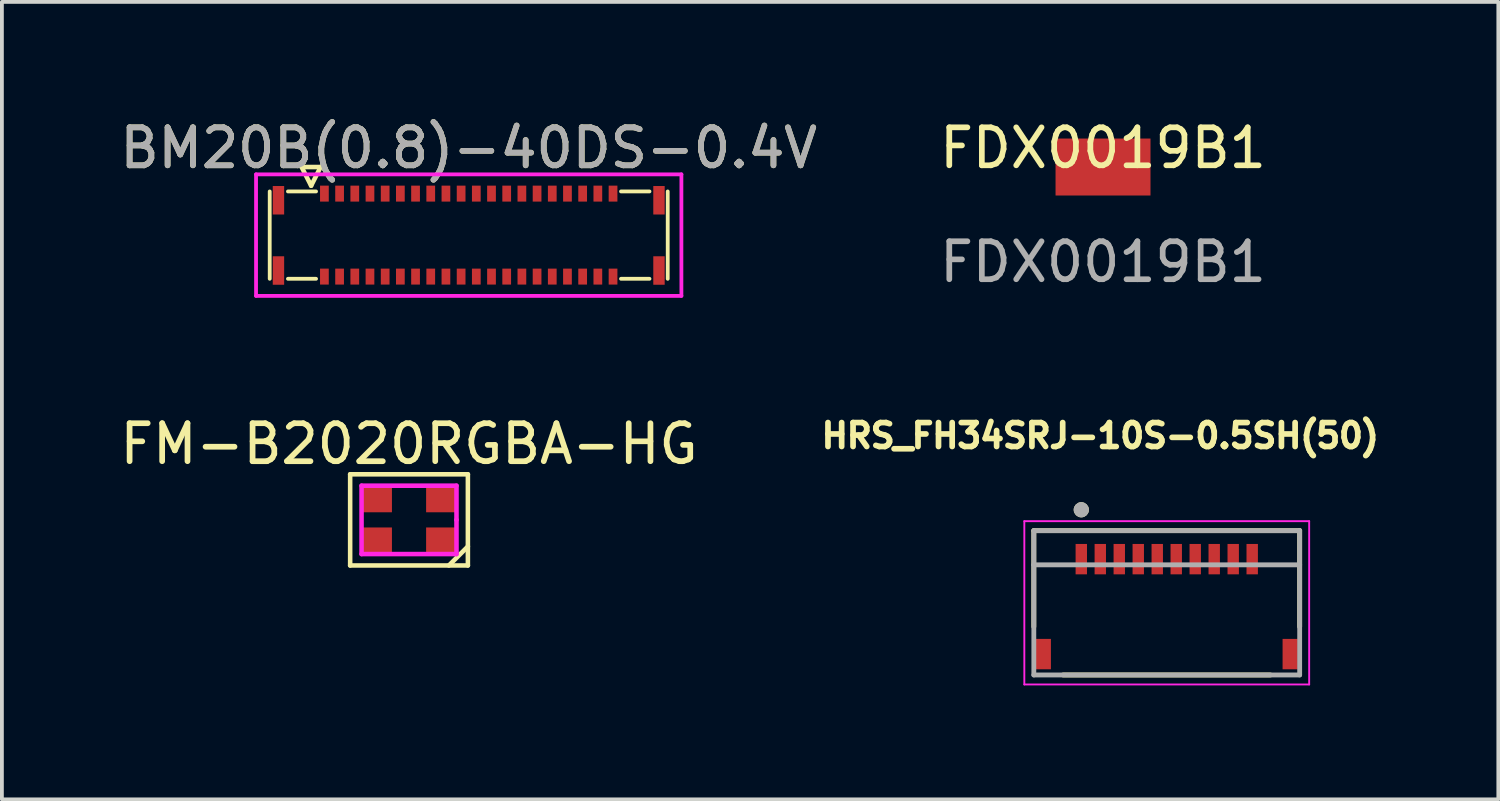
<source format=kicad_pcb>
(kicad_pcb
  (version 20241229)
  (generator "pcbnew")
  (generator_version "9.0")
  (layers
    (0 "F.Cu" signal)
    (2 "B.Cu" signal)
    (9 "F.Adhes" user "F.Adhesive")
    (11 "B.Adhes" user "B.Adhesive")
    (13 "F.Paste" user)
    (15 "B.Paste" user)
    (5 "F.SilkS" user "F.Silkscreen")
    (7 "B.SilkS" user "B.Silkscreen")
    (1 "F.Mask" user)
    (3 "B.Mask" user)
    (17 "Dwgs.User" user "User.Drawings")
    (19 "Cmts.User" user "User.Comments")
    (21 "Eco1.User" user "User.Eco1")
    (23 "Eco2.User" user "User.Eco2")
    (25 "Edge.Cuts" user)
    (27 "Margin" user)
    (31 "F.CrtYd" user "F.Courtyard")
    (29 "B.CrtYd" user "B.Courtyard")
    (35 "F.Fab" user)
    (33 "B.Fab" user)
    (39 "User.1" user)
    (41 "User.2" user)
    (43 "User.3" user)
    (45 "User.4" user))
  (footprint "HRS_FH34SRJ-10S-0.5SH(50)"
    (layer "F.Cu")
    (at 27.672 12.823)
    (property "Reference" "HRS_FH34SRJ-10S-0.5SH(50)" (at -1.75 -4.4 0) (layer "F.SilkS") (effects (font (size 0.63 0.63) (thickness 0.15))))
    (attr through_hole)
    (fp_poly (pts (xy -2.05 -1.6) (xy -2.45 -1.6) (xy -2.45 -0.7) (xy -2.05 -0.7)) (stroke (width 0.01) (type solid)) (fill yes) (layer "F.Mask"))
    (fp_poly (pts (xy -1.55 -1.6) (xy -1.95 -1.6) (xy -1.95 -0.7) (xy -1.55 -0.7)) (stroke (width 0.01) (type solid)) (fill yes) (layer "F.Mask"))
    (fp_poly (pts (xy -1.05 -1.6) (xy -1.45 -1.6) (xy -1.45 -0.7) (xy -1.05 -0.7)) (stroke (width 0.01) (type solid)) (fill yes) (layer "F.Mask"))
    (fp_poly (pts (xy -0.55 -1.6) (xy -0.95 -1.6) (xy -0.95 -0.7) (xy -0.55 -0.7)) (stroke (width 0.01) (type solid)) (fill yes) (layer "F.Mask"))
    (fp_poly (pts (xy -0.05 -1.6) (xy -0.45 -1.6) (xy -0.45 -0.7) (xy -0.05 -0.7)) (stroke (width 0.01) (type solid)) (fill yes) (layer "F.Mask"))
    (fp_poly (pts (xy 0.45 -1.6) (xy 0.05 -1.6) (xy 0.05 -0.7) (xy 0.45 -0.7)) (stroke (width 0.01) (type solid)) (fill yes) (layer "F.Mask"))
    (fp_poly (pts (xy 0.95 -1.6) (xy 0.55 -1.6) (xy 0.55 -0.7) (xy 0.95 -0.7)) (stroke (width 0.01) (type solid)) (fill yes) (layer "F.Mask"))
    (fp_poly (pts (xy 1.45 -1.6) (xy 1.05 -1.6) (xy 1.05 -0.7) (xy 1.45 -0.7)) (stroke (width 0.01) (type solid)) (fill yes) (layer "F.Mask"))
    (fp_poly (pts (xy 1.95 -1.6) (xy 1.55 -1.6) (xy 1.55 -0.7) (xy 1.95 -0.7)) (stroke (width 0.01) (type solid)) (fill yes) (layer "F.Mask"))
    (fp_poly (pts (xy 2.45 -1.6) (xy 2.05 -1.6) (xy 2.05 -0.7) (xy 2.45 -0.7)) (stroke (width 0.01) (type solid)) (fill yes) (layer "F.Mask"))
    (fp_line (start -3.5 -1.9) (end -3.5 0.63) (stroke (width 0.127) (type solid)) (layer "F.SilkS"))
    (fp_line (start -2.73 1.9) (end 2.73 1.9) (stroke (width 0.127) (type solid)) (layer "F.SilkS"))
    (fp_line (start 3.5 -1.9) (end -3.5 -1.9) (stroke (width 0.127) (type solid)) (layer "F.SilkS"))
    (fp_line (start 3.5 0.63) (end 3.5 -1.9) (stroke (width 0.127) (type solid)) (layer "F.SilkS"))
    (fp_circle (center -2.25 -2.45) (end -2.35 -2.45) (stroke (width 0.2) (type solid)) (fill no) (layer "F.SilkS"))
    (fp_poly (pts (xy -2.125 -1.55) (xy -2.375 -1.55) (xy -2.375 -0.9) (xy -2.125 -0.9)) (stroke (width 0.01) (type solid)) (fill yes) (layer "F.Paste"))
    (fp_poly (pts (xy -1.625 -1.55) (xy -1.875 -1.55) (xy -1.875 -0.9) (xy -1.625 -0.9)) (stroke (width 0.01) (type solid)) (fill yes) (layer "F.Paste"))
    (fp_poly (pts (xy -1.125 -1.55) (xy -1.375 -1.55) (xy -1.375 -0.9) (xy -1.125 -0.9)) (stroke (width 0.01) (type solid)) (fill yes) (layer "F.Paste"))
    (fp_poly (pts (xy -0.625 -1.55) (xy -0.875 -1.55) (xy -0.875 -0.9) (xy -0.625 -0.9)) (stroke (width 0.01) (type solid)) (fill yes) (layer "F.Paste"))
    (fp_poly (pts (xy -0.125 -1.55) (xy -0.375 -1.55) (xy -0.375 -0.9) (xy -0.125 -0.9)) (stroke (width 0.01) (type solid)) (fill yes) (layer "F.Paste"))
    (fp_poly (pts (xy 0.375 -1.55) (xy 0.125 -1.55) (xy 0.125 -0.9) (xy 0.375 -0.9)) (stroke (width 0.01) (type solid)) (fill yes) (layer "F.Paste"))
    (fp_poly (pts (xy 0.875 -1.55) (xy 0.625 -1.55) (xy 0.625 -0.9) (xy 0.875 -0.9)) (stroke (width 0.01) (type solid)) (fill yes) (layer "F.Paste"))
    (fp_poly (pts (xy 1.375 -1.55) (xy 1.125 -1.55) (xy 1.125 -0.9) (xy 1.375 -0.9)) (stroke (width 0.01) (type solid)) (fill yes) (layer "F.Paste"))
    (fp_poly (pts (xy 1.875 -1.55) (xy 1.625 -1.55) (xy 1.625 -0.9) (xy 1.875 -0.9)) (stroke (width 0.01) (type solid)) (fill yes) (layer "F.Paste"))
    (fp_poly (pts (xy 2.375 -1.55) (xy 2.125 -1.55) (xy 2.125 -0.9) (xy 2.375 -0.9)) (stroke (width 0.01) (type solid)) (fill yes) (layer "F.Paste"))
    (fp_line (start -3.75 -2.15) (end -3.75 2.15) (stroke (width 0.05) (type solid)) (layer "F.CrtYd"))
    (fp_line (start -3.75 2.15) (end 3.75 2.15) (stroke (width 0.05) (type solid)) (layer "F.CrtYd"))
    (fp_line (start 3.75 -2.15) (end -3.75 -2.15) (stroke (width 0.05) (type solid)) (layer "F.CrtYd"))
    (fp_line (start 3.75 2.15) (end 3.75 -2.15) (stroke (width 0.05) (type solid)) (layer "F.CrtYd"))
    (fp_line (start -3.5 -1.9) (end 3.5 -1.9) (stroke (width 0.127) (type solid)) (layer "F.Fab"))
    (fp_line (start -3.5 -1) (end -3.5 -1.9) (stroke (width 0.127) (type solid)) (layer "F.Fab"))
    (fp_line (start -3.5 -1) (end -3.5 1.9) (stroke (width 0.127) (type solid)) (layer "F.Fab"))
    (fp_line (start -3.5 -1) (end 3.5 -1) (stroke (width 0.127) (type solid)) (layer "F.Fab"))
    (fp_line (start -3.5 1.9) (end 3.5 1.9) (stroke (width 0.127) (type solid)) (layer "F.Fab"))
    (fp_line (start 3.5 -1.9) (end 3.5 -1) (stroke (width 0.127) (type solid)) (layer "F.Fab"))
    (fp_line (start 3.5 1.9) (end 3.5 -1) (stroke (width 0.127) (type solid)) (layer "F.Fab"))
    (fp_circle (center -2.25 -2.45) (end -2.15 -2.45) (stroke (width 0.2) (type solid)) (fill no) (layer "F.Fab"))
    (pad "1" smd rect (at -2.25 -1.15) (size 0.3 0.8) (layers "F.Cu"))
    (pad "2" smd rect (at -1.75 -1.15) (size 0.3 0.8) (layers "F.Cu"))
    (pad "3" smd rect (at -1.25 -1.15) (size 0.3 0.8) (layers "F.Cu"))
    (pad "4" smd rect (at -0.75 -1.15) (size 0.3 0.8) (layers "F.Cu"))
    (pad "5" smd rect (at -0.25 -1.15) (size 0.3 0.8) (layers "F.Cu"))
    (pad "6" smd rect (at 0.25 -1.15) (size 0.3 0.8) (layers "F.Cu"))
    (pad "7" smd rect (at 0.75 -1.15) (size 0.3 0.8) (layers "F.Cu"))
    (pad "8" smd rect (at 1.25 -1.15) (size 0.3 0.8) (layers "F.Cu"))
    (pad "9" smd rect (at 1.75 -1.15) (size 0.3 0.8) (layers "F.Cu"))
    (pad "10" smd rect (at 2.25 -1.15) (size 0.3 0.8) (layers "F.Cu"))
    (pad "S1" smd rect (at 3.25 1.35) (size 0.4 0.8) (layers "F.Cu" "F.Mask" "F.Paste"))
    (pad "S2" smd rect (at -3.25 1.35) (size 0.4 0.8) (layers "F.Cu" "F.Mask" "F.Paste")))
  (footprint "BM20B(0.8)-40DS-0.4V"
    (layer "F.Cu")
    (at 9.292 3.148)
    (property "Reference" "BM20B(0.8)-40DS-0.4V" (at 0 -2.3 0) (unlocked yes) (layer "F.SilkS") (effects (font (size 1 1) (thickness 0.15))))
    (attr smd)
    (fp_line (start -5.24 -1.157) (end -5.24 1.143) (stroke (width 0.1) (type solid)) (layer "F.SilkS"))
    (fp_line (start -4.76 -1.157) (end -4.02 -1.157) (stroke (width 0.1) (type solid)) (layer "F.SilkS"))
    (fp_line (start -4.76 1.143) (end -4.02 1.143) (stroke (width 0.1) (type solid)) (layer "F.SilkS"))
    (fp_line (start -4.15 -1.308) (end -4.4 -1.8) (stroke (width 0.12) (type solid)) (layer "F.SilkS"))
    (fp_line (start -4.15 -1.308) (end -3.9 -1.8) (stroke (width 0.12) (type solid)) (layer "F.SilkS"))
    (fp_line (start -3.9 -1.8) (end -4.4 -1.8) (stroke (width 0.12) (type solid)) (layer "F.SilkS"))
    (fp_line (start 4.01 -1.157) (end 4.76 -1.157) (stroke (width 0.1) (type solid)) (layer "F.SilkS"))
    (fp_line (start 4.01 1.143) (end 4.76 1.143) (stroke (width 0.1) (type solid)) (layer "F.SilkS"))
    (fp_line (start 5.24 -1.157) (end 5.24 1.143) (stroke (width 0.1) (type solid)) (layer "F.SilkS"))
    (fp_line (start -5.6 -1.607) (end -5.6 1.593) (stroke (width 0.1) (type solid)) (layer "F.CrtYd"))
    (fp_line (start -5.6 1.593) (end 5.6 1.593) (stroke (width 0.1) (type solid)) (layer "F.CrtYd"))
    (fp_line (start 5.6 -1.607) (end -5.6 -1.607) (stroke (width 0.1) (type solid)) (layer "F.CrtYd"))
    (fp_line (start 5.6 1.593) (end 5.6 -1.607) (stroke (width 0.1) (type solid)) (layer "F.CrtYd"))
    (fp_text user "${REFERENCE}" (at 0 -2.3 0) (unlocked yes) (layer "F.Fab") (effects (font (size 1 1) (thickness 0.15))))
    (pad "" smd rect (at -5.01 -0.925) (size 0.3 0.75) (layers "F.Cu" "F.Mask" "F.Paste"))
    (pad "" smd rect (at -5.01 0.925) (size 0.3 0.75) (layers "F.Cu" "F.Mask" "F.Paste"))
    (pad "" smd rect (at 5.01 -0.925) (size 0.3 0.75) (layers "F.Cu" "F.Mask" "F.Paste"))
    (pad "" smd rect (at 5.01 0.925) (size 0.3 0.75) (layers "F.Cu" "F.Mask" "F.Paste"))
    (pad "1" smd rect (at -3.8 -1.1) (size 0.23 0.42) (layers "F.Cu" "F.Mask" "F.Paste"))
    (pad "2" smd rect (at -3.4 -1.1) (size 0.23 0.42) (layers "F.Cu" "F.Mask" "F.Paste"))
    (pad "3" smd rect (at -3 -1.1) (size 0.23 0.42) (layers "F.Cu" "F.Mask" "F.Paste"))
    (pad "4" smd rect (at -2.6 -1.1) (size 0.23 0.42) (layers "F.Cu" "F.Mask" "F.Paste"))
    (pad "5" smd rect (at -2.2 -1.1) (size 0.23 0.42) (layers "F.Cu" "F.Mask" "F.Paste"))
    (pad "6" smd rect (at -1.8 -1.1) (size 0.23 0.42) (layers "F.Cu" "F.Mask" "F.Paste"))
    (pad "7" smd rect (at -1.4 -1.1) (size 0.23 0.42) (layers "F.Cu" "F.Mask" "F.Paste"))
    (pad "8" smd rect (at -1 -1.1) (size 0.23 0.42) (layers "F.Cu" "F.Mask" "F.Paste"))
    (pad "9" smd rect (at -0.6 -1.1) (size 0.23 0.42) (layers "F.Cu" "F.Mask" "F.Paste"))
    (pad "10" smd rect (at -0.2 -1.1) (size 0.23 0.42) (layers "F.Cu" "F.Mask" "F.Paste"))
    (pad "11" smd rect (at 0.2 -1.1) (size 0.23 0.42) (layers "F.Cu" "F.Mask" "F.Paste"))
    (pad "12" smd rect (at 0.6 -1.1) (size 0.23 0.42) (layers "F.Cu" "F.Mask" "F.Paste"))
    (pad "13" smd rect (at 1 -1.1) (size 0.23 0.42) (layers "F.Cu" "F.Mask" "F.Paste"))
    (pad "14" smd rect (at 1.4 -1.1) (size 0.23 0.42) (layers "F.Cu" "F.Mask" "F.Paste"))
    (pad "15" smd rect (at 1.8 -1.1) (size 0.23 0.42) (layers "F.Cu" "F.Mask" "F.Paste"))
    (pad "16" smd rect (at 2.2 -1.1) (size 0.23 0.42) (layers "F.Cu" "F.Mask" "F.Paste"))
    (pad "17" smd rect (at 2.6 -1.1) (size 0.23 0.42) (layers "F.Cu" "F.Mask" "F.Paste"))
    (pad "18" smd rect (at 3 -1.1) (size 0.23 0.42) (layers "F.Cu" "F.Mask" "F.Paste"))
    (pad "19" smd rect (at 3.4 -1.1) (size 0.23 0.42) (layers "F.Cu" "F.Mask" "F.Paste"))
    (pad "20" smd rect (at 3.8 -1.1) (size 0.23 0.42) (layers "F.Cu" "F.Mask" "F.Paste"))
    (pad "21" smd rect (at 3.8 1.085) (size 0.23 0.42) (layers "F.Cu" "F.Mask" "F.Paste"))
    (pad "22" smd rect (at 3.4 1.085) (size 0.23 0.42) (layers "F.Cu" "F.Mask" "F.Paste"))
    (pad "23" smd rect (at 3 1.085) (size 0.23 0.42) (layers "F.Cu" "F.Mask" "F.Paste"))
    (pad "24" smd rect (at 2.6 1.085) (size 0.23 0.42) (layers "F.Cu" "F.Mask" "F.Paste"))
    (pad "25" smd rect (at 2.2 1.085) (size 0.23 0.42) (layers "F.Cu" "F.Mask" "F.Paste"))
    (pad "26" smd rect (at 1.8 1.085) (size 0.23 0.42) (layers "F.Cu" "F.Mask" "F.Paste"))
    (pad "27" smd rect (at 1.4 1.085) (size 0.23 0.42) (layers "F.Cu" "F.Mask" "F.Paste"))
    (pad "28" smd rect (at 1 1.085) (size 0.23 0.42) (layers "F.Cu" "F.Mask" "F.Paste"))
    (pad "29" smd rect (at 0.6 1.085) (size 0.23 0.42) (layers "F.Cu" "F.Mask" "F.Paste"))
    (pad "30" smd rect (at 0.2 1.085) (size 0.23 0.42) (layers "F.Cu" "F.Mask" "F.Paste"))
    (pad "31" smd rect (at -0.2 1.085) (size 0.23 0.42) (layers "F.Cu" "F.Mask" "F.Paste"))
    (pad "32" smd rect (at -0.6 1.085) (size 0.23 0.42) (layers "F.Cu" "F.Mask" "F.Paste"))
    (pad "33" smd rect (at -1 1.085) (size 0.23 0.42) (layers "F.Cu" "F.Mask" "F.Paste"))
    (pad "34" smd rect (at -1.4 1.085) (size 0.23 0.42) (layers "F.Cu" "F.Mask" "F.Paste"))
    (pad "35" smd rect (at -1.8 1.085) (size 0.23 0.42) (layers "F.Cu" "F.Mask" "F.Paste"))
    (pad "36" smd rect (at -2.2 1.085) (size 0.23 0.42) (layers "F.Cu" "F.Mask" "F.Paste"))
    (pad "37" smd rect (at -2.6 1.085) (size 0.23 0.42) (layers "F.Cu" "F.Mask" "F.Paste"))
    (pad "38" smd rect (at -3 1.085) (size 0.23 0.42) (layers "F.Cu" "F.Mask" "F.Paste"))
    (pad "39" smd rect (at -3.4 1.085) (size 0.23 0.42) (layers "F.Cu" "F.Mask" "F.Paste"))
    (pad "40" smd rect (at -3.8 1.085) (size 0.23 0.42) (layers "F.Cu" "F.Mask" "F.Paste")))
  (footprint "FM-B2020RGBA-HG"
    (layer "F.Cu")
    (at 7.72 10.639)
    (property "Reference" "FM-B2020RGBA-HG" (at 0 -2 0) (layer "F.SilkS") (effects (font (size 1 1) (thickness 0.15))))
    (attr smd)
    (fp_line (start -1.55 -1.2) (end -1.55 1.2) (stroke (width 0.12) (type solid)) (layer "F.SilkS"))
    (fp_line (start -1.55 1.2) (end 1.55 1.2) (stroke (width 0.12) (type solid)) (layer "F.SilkS"))
    (fp_line (start 1.05 1.2) (end 1.55 0.7) (stroke (width 0.12) (type solid)) (layer "F.SilkS"))
    (fp_line (start 1.55 -1.2) (end -1.55 -1.2) (stroke (width 0.12) (type solid)) (layer "F.SilkS"))
    (fp_line (start 1.55 1.2) (end 1.55 -1.2) (stroke (width 0.12) (type solid)) (layer "F.SilkS"))
    (fp_line (start -1.25 -0.9) (end 1.25 -0.9) (stroke (width 0.12) (type solid)) (layer "F.CrtYd"))
    (fp_line (start -1.25 0.9) (end -1.25 -0.9) (stroke (width 0.12) (type solid)) (layer "F.CrtYd"))
    (fp_line (start 1.25 -0.9) (end 1.25 0) (stroke (width 0.12) (type solid)) (layer "F.CrtYd"))
    (fp_line (start 1.25 0) (end 1.25 0.9) (stroke (width 0.12) (type solid)) (layer "F.CrtYd"))
    (fp_line (start 1.25 0.9) (end -1.25 0.9) (stroke (width 0.12) (type solid)) (layer "F.CrtYd"))
    (pad "1" smd rect (at 0.85 0.55) (size 0.8 0.7) (layers "F.Cu" "F.Mask" "F.Paste"))
    (pad "2" smd rect (at -0.85 0.55) (size 0.8 0.7) (layers "F.Cu" "F.Mask" "F.Paste"))
    (pad "3" smd rect (at -0.85 -0.55) (size 0.8 0.7) (layers "F.Cu" "F.Mask" "F.Paste"))
    (pad "4" smd rect (at 0.85 -0.55) (size 0.8 0.7) (layers "F.Cu" "F.Mask" "F.Paste")))
  (footprint "FDX0019B1"
    (layer "F.Cu")
    (at 25.994 1.348)
    (property "Reference" "FDX0019B1" (at 0 -0.5 0) (unlocked yes) (layer "F.SilkS") (effects (font (size 1 1) (thickness 0.15))))
    (attr smd)
    (fp_text user "${REFERENCE}" (at 0 2.5 0) (unlocked yes) (layer "F.Fab") (effects (font (size 1 1) (thickness 0.15))))
    (pad "1" smd rect (at 0 0) (size 2.5 1.5) (layers "F.Cu" "F.Mask" "F.Paste")))
  (gr_rect
    (start -3 -3)
    (end 36.403 17.998)
    (stroke (width 0.1) (type default))
    (fill no)
    (layer "Edge.Cuts")))
</source>
